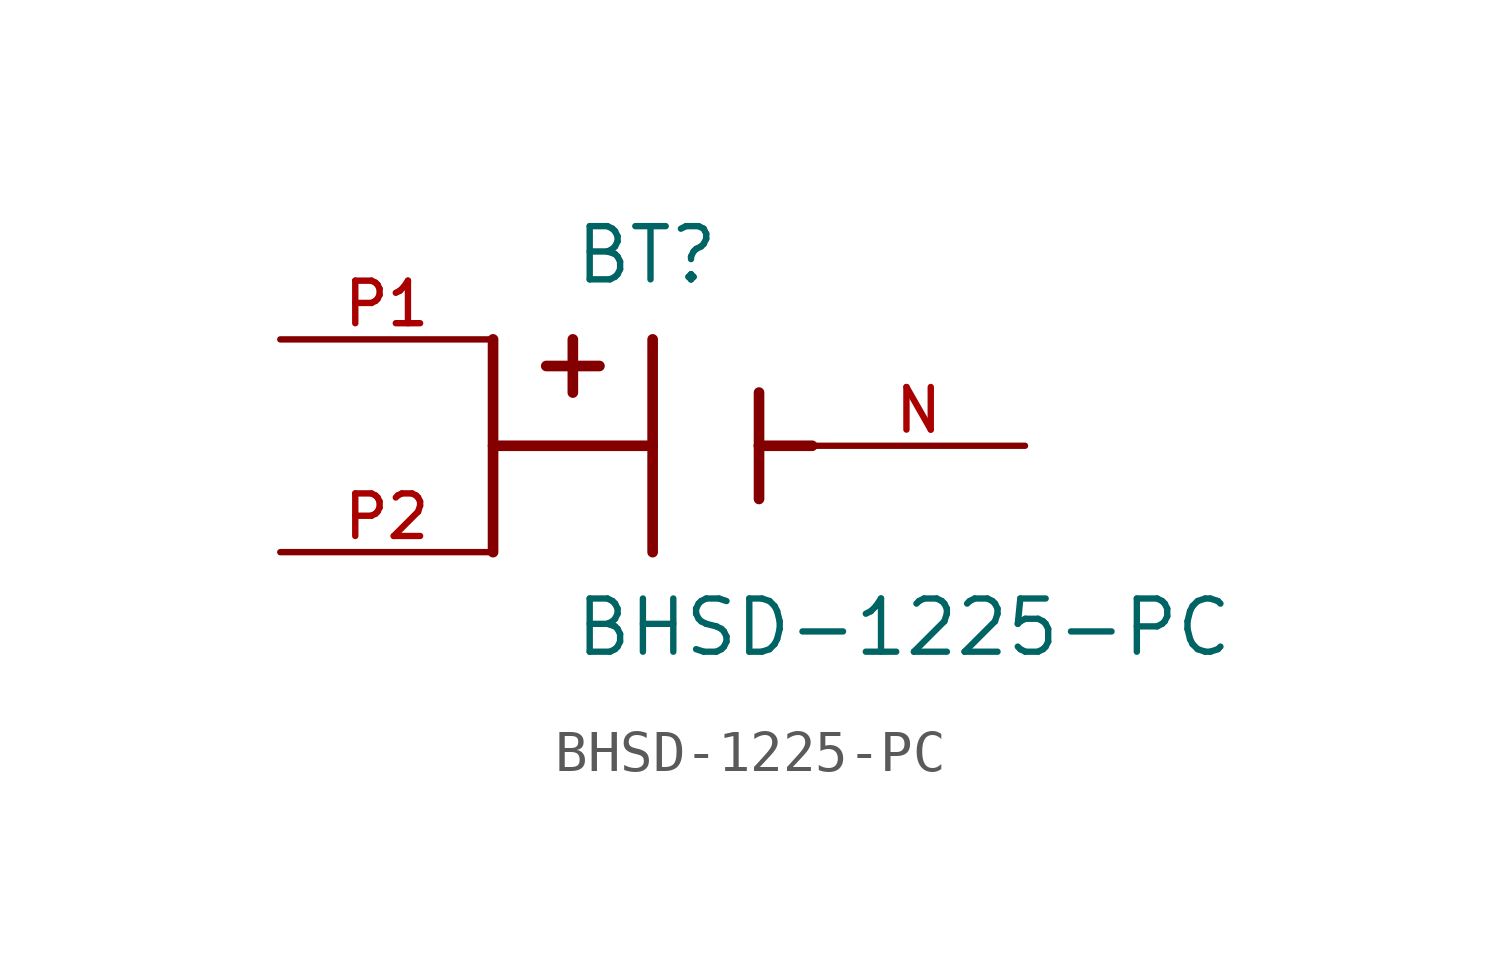
<source format=kicad_sym>
(kicad_symbol_lib
  (version 20211014)
  (generator kicad_symbol_editor)
  (symbol "BHSD-1225-PC"
    (pin_names
      (offset 1.016))
    (property "Reference" "BT"
      (at -3.175 3.81 0)
      (effects (font (size 1.27 1.27)) (justify bottom left)))
    (property "Value" "BHSD-1225-PC"
      (at -3.175 -5.08 0)
      (effects (font (size 1.27 1.27)) (justify bottom left)))
    (symbol "BHSD-1225-PC_0_0"
      (polyline (pts (xy -1.27 2.54) (xy -1.27 0.0)) (stroke (width 0.254)))
      (polyline (pts (xy -1.27 0.0) (xy -1.27 -2.54)) (stroke (width 0.254)))
      (polyline (pts (xy 1.27 1.27) (xy 1.27 0.0)) (stroke (width 0.254)))
      (polyline (pts (xy 1.27 0.0) (xy 1.27 -1.27)) (stroke (width 0.254)))
      (polyline (pts (xy -1.27 0.0) (xy -5.08 0.0)) (stroke (width 0.254)))
      (polyline (pts (xy 1.27 0.0) (xy 2.54 0.0)) (stroke (width 0.254)))
      (polyline (pts (xy -3.175 2.54) (xy -3.175 1.27)) (stroke (width 0.254)))
      (polyline (pts (xy -3.81 1.905) (xy -2.54 1.905)) (stroke (width 0.254)))
      (polyline (pts (xy -5.08 2.54) (xy -5.08 -2.54)) (stroke (width 0.254)))
      (pin passive line (at -10.16 -2.54 0) (length 5.08) (name "~" (effects (font (size 1.016 1.016)))) (number "P2" (effects (font (size 1.016 1.016)))))
      (pin passive line (at 7.62 0.0 180.0) (length 5.08) (name "~" (effects (font (size 1.016 1.016)))) (number "N" (effects (font (size 1.016 1.016)))))
      (pin passive line (at -10.16 2.54 0) (length 5.08) (name "~" (effects (font (size 1.016 1.016)))) (number "P1" (effects (font (size 1.016 1.016))))))))
</source>
